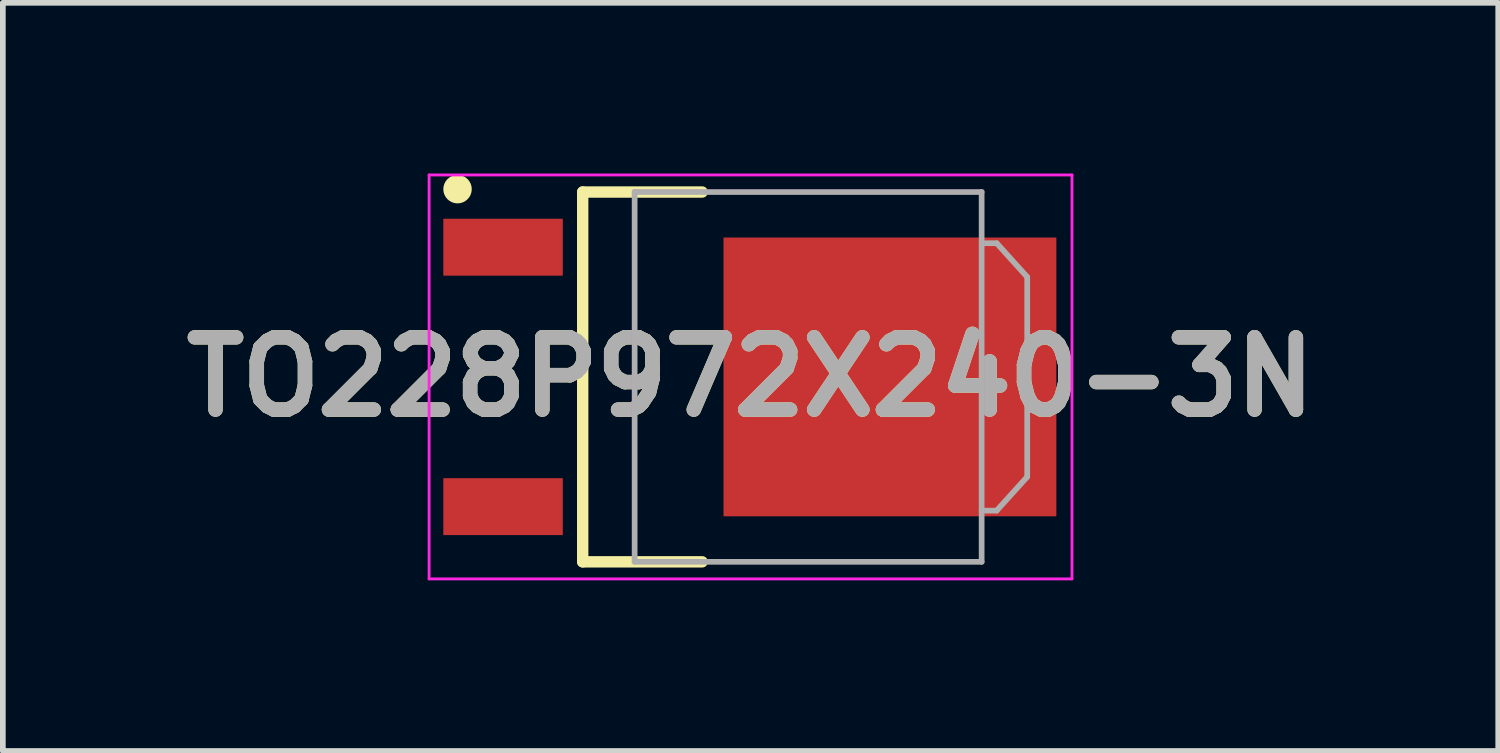
<source format=kicad_pcb>
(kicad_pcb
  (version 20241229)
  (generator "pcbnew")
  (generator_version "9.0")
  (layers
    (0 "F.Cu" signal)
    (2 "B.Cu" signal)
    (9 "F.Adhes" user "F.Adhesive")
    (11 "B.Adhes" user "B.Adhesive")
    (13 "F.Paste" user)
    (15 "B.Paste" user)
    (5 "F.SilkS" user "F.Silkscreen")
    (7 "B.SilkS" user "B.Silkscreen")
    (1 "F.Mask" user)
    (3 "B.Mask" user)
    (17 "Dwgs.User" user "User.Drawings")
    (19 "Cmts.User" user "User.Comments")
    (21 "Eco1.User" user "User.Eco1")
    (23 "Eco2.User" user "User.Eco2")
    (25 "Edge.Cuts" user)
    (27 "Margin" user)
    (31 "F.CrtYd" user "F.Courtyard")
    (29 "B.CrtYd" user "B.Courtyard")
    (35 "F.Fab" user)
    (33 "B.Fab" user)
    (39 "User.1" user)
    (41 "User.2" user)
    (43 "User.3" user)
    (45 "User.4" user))
  (footprint "TO228P972X240-3N"
    (layer "F.Cu")
    (at 10.142 3.575)
    (property "Reference" "TO228P972X240-3N" (at 0 0 0) (layer "F.SilkS") (effects (font (size 1.27 1.27) (thickness 0.254))))
    (attr smd)
    (fp_line (start -2.95 -3.25) (end -0.85 -3.25) (stroke (width 0.2) (type solid)) (layer "F.SilkS"))
    (fp_line (start -2.95 3.25) (end -2.95 -3.25) (stroke (width 0.2) (type solid)) (layer "F.SilkS"))
    (fp_line (start -0.85 3.25) (end -2.95 3.25) (stroke (width 0.2) (type solid)) (layer "F.SilkS"))
    (fp_circle (center -5.15 -3.3) (end -5.15 -3.175) (stroke (width 0.25) (type solid)) (fill no) (layer "F.SilkS"))
    (fp_line (start -5.65 -3.55) (end -5.65 3.55) (stroke (width 0.05) (type solid)) (layer "F.CrtYd"))
    (fp_line (start -5.65 3.55) (end 5.65 3.55) (stroke (width 0.05) (type solid)) (layer "F.CrtYd"))
    (fp_line (start -2.088 -3.3) (end -2.088 3.3) (stroke (width 0.001) (type solid)) (layer "F.CrtYd"))
    (fp_line (start -2.088 3.3) (end 4.112 3.3) (stroke (width 0.001) (type solid)) (layer "F.CrtYd"))
    (fp_line (start 4.112 -3.3) (end -2.088 -3.3) (stroke (width 0.001) (type solid)) (layer "F.CrtYd"))
    (fp_line (start 4.112 3.3) (end 4.112 -3.3) (stroke (width 0.001) (type solid)) (layer "F.CrtYd"))
    (fp_line (start 5.65 -3.55) (end -5.65 -3.55) (stroke (width 0.05) (type solid)) (layer "F.CrtYd"))
    (fp_line (start 5.65 3.55) (end 5.65 -3.55) (stroke (width 0.05) (type solid)) (layer "F.CrtYd"))
    (fp_line (start -2.037 -3.25) (end -2.037 3.25) (stroke (width 0.1) (type solid)) (layer "F.Fab"))
    (fp_line (start -2.037 3.25) (end 4.062 3.25) (stroke (width 0.1) (type solid)) (layer "F.Fab"))
    (fp_line (start 4.062 -3.25) (end -2.037 -3.25) (stroke (width 0.1) (type solid)) (layer "F.Fab"))
    (fp_line (start 4.062 2.35) (end 4.326 2.35) (stroke (width 0.1) (type solid)) (layer "F.Fab"))
    (fp_line (start 4.062 3.25) (end 4.062 -3.25) (stroke (width 0.1) (type solid)) (layer "F.Fab"))
    (fp_line (start 4.326 2.35) (end 4.863 1.756) (stroke (width 0.1) (type solid)) (layer "F.Fab"))
    (fp_line (start 4.327 -2.35) (end 4.063 -2.35) (stroke (width 0.1) (type solid)) (layer "F.Fab"))
    (fp_line (start 4.863 -1.756) (end 4.327 -2.35) (stroke (width 0.1) (type solid)) (layer "F.Fab"))
    (fp_line (start 4.863 1.756) (end 4.863 -1.756) (stroke (width 0.1) (type solid)) (layer "F.Fab"))
    (fp_text user "${REFERENCE}" (at 0 0 0) (layer "F.Fab") (effects (font (size 1.27 1.27) (thickness 0.254))))
    (pad "1" smd rect (at -4.35 2.28 90) (size 1 2.1) (layers "F.Cu" "F.Mask" "F.Paste"))
    (pad "2" smd rect (at -4.35 -2.28 90) (size 1 2.1) (layers "F.Cu" "F.Mask" "F.Paste"))
    (pad "3" smd rect (at 2.45 0 90) (size 4.9 5.85) (layers "F.Cu" "F.Mask" "F.Paste")))
  (gr_rect
    (start -3 -3)
    (end 23.284 10.15)
    (stroke (width 0.1) (type default))
    (fill no)
    (layer "Edge.Cuts")))
</source>
